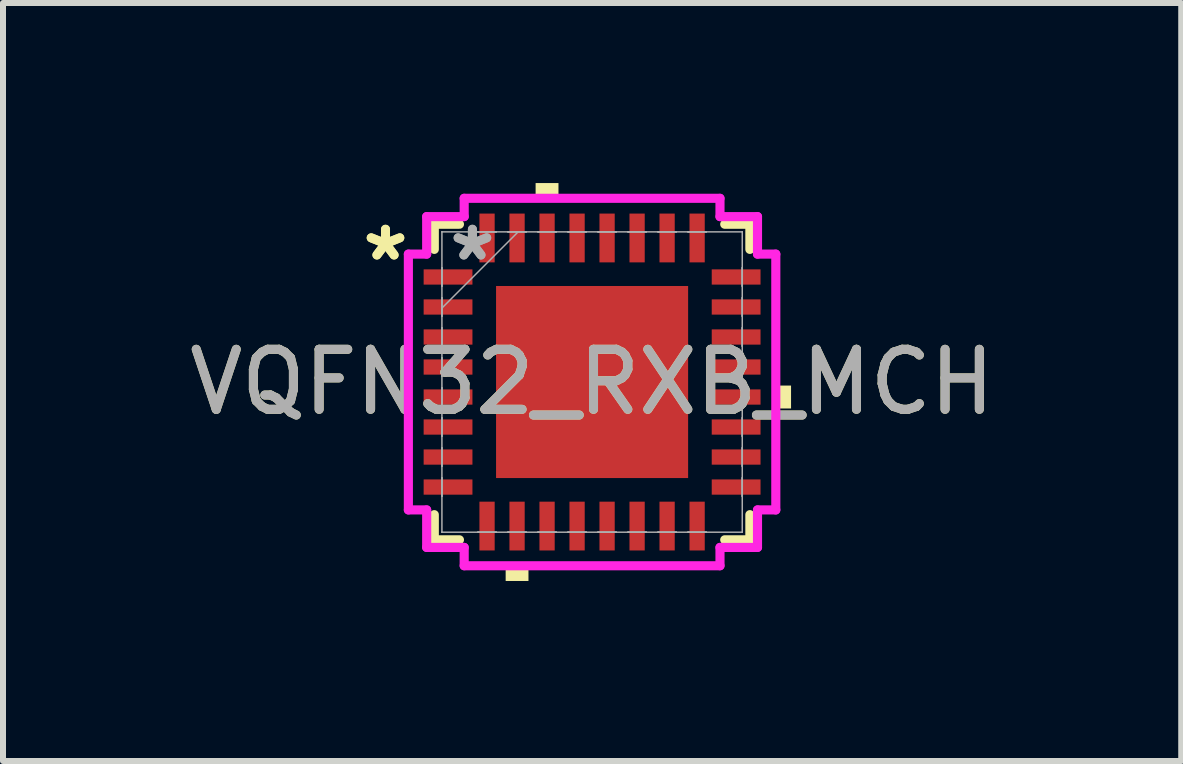
<source format=kicad_pcb>
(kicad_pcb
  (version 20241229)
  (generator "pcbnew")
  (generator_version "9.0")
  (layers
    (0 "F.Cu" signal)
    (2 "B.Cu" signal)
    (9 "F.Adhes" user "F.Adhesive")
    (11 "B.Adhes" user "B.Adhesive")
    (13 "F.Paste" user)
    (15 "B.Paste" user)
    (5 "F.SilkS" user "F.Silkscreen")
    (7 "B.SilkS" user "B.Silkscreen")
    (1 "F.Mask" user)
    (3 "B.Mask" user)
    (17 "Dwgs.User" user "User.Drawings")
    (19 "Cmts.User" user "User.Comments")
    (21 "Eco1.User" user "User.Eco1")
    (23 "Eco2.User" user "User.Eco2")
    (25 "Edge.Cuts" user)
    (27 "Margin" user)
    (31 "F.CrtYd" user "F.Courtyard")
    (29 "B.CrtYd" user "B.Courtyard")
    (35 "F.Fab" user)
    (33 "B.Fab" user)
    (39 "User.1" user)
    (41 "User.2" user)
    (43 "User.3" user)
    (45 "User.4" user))
  (footprint "VQFN32_RXB_MCH"
    (layer "F.Cu")
    (at 6.815 3.315)
    (property "Reference" "VQFN32_RXB_MCH" (at 0 0 0) (unlocked yes) (layer "F.SilkS") (effects (font (size 1 1) (thickness 0.15))))
    (attr smd)
    (fp_line (start -2.629 -2.629) (end -2.629 -2.21) (stroke (width 0.152) (type solid)) (layer "F.SilkS"))
    (fp_line (start -2.629 2.21) (end -2.629 2.629) (stroke (width 0.152) (type solid)) (layer "F.SilkS"))
    (fp_line (start -2.629 2.629) (end -2.21 2.629) (stroke (width 0.152) (type solid)) (layer "F.SilkS"))
    (fp_line (start -2.21 -2.629) (end -2.629 -2.629) (stroke (width 0.152) (type solid)) (layer "F.SilkS"))
    (fp_line (start 2.21 2.629) (end 2.629 2.629) (stroke (width 0.152) (type solid)) (layer "F.SilkS"))
    (fp_line (start 2.629 -2.629) (end 2.21 -2.629) (stroke (width 0.152) (type solid)) (layer "F.SilkS"))
    (fp_line (start 2.629 -2.21) (end 2.629 -2.629) (stroke (width 0.152) (type solid)) (layer "F.SilkS"))
    (fp_line (start 2.629 2.629) (end 2.629 2.21) (stroke (width 0.152) (type solid)) (layer "F.SilkS"))
    (fp_poly (pts (xy -1.44 3.061) (xy -1.44 3.315) (xy -1.06 3.315) (xy -1.06 3.061)) (stroke (width 0) (type solid)) (fill yes) (layer "F.SilkS"))
    (fp_poly (pts (xy -0.941 -3.061) (xy -0.941 -3.315) (xy -0.56 -3.315) (xy -0.56 -3.061)) (stroke (width 0) (type solid)) (fill yes) (layer "F.SilkS"))
    (fp_poly (pts (xy 3.315 0.059) (xy 3.315 0.441) (xy 3.061 0.441) (xy 3.061 0.059)) (stroke (width 0) (type solid)) (fill yes) (layer "F.SilkS"))
    (fp_poly (pts (xy -1.5 -1.5) (xy -1.5 -0.1) (xy -0.1 -0.1) (xy -0.1 -1.5)) (stroke (width 0) (type solid)) (fill yes) (layer "F.Paste"))
    (fp_poly (pts (xy -1.5 0.1) (xy -1.5 1.5) (xy -0.1 1.5) (xy -0.1 0.1)) (stroke (width 0) (type solid)) (fill yes) (layer "F.Paste"))
    (fp_poly (pts (xy 0.1 -1.5) (xy 0.1 -0.1) (xy 1.5 -0.1) (xy 1.5 -1.5)) (stroke (width 0) (type solid)) (fill yes) (layer "F.Paste"))
    (fp_poly (pts (xy 0.1 0.1) (xy 0.1 1.5) (xy 1.5 1.5) (xy 1.5 0.1)) (stroke (width 0) (type solid)) (fill yes) (layer "F.Paste"))
    (fp_line (start -3.061 -2.131) (end -2.756 -2.131) (stroke (width 0.152) (type solid)) (layer "F.CrtYd"))
    (fp_line (start -3.061 2.131) (end -3.061 -2.131) (stroke (width 0.152) (type solid)) (layer "F.CrtYd"))
    (fp_line (start -2.756 -2.756) (end -2.131 -2.756) (stroke (width 0.152) (type solid)) (layer "F.CrtYd"))
    (fp_line (start -2.756 -2.131) (end -2.756 -2.756) (stroke (width 0.152) (type solid)) (layer "F.CrtYd"))
    (fp_line (start -2.756 2.131) (end -3.061 2.131) (stroke (width 0.152) (type solid)) (layer "F.CrtYd"))
    (fp_line (start -2.756 2.756) (end -2.756 2.131) (stroke (width 0.152) (type solid)) (layer "F.CrtYd"))
    (fp_line (start -2.131 -3.061) (end 2.131 -3.061) (stroke (width 0.152) (type solid)) (layer "F.CrtYd"))
    (fp_line (start -2.131 -2.756) (end -2.131 -3.061) (stroke (width 0.152) (type solid)) (layer "F.CrtYd"))
    (fp_line (start -2.131 2.756) (end -2.756 2.756) (stroke (width 0.152) (type solid)) (layer "F.CrtYd"))
    (fp_line (start -2.131 3.061) (end -2.131 2.756) (stroke (width 0.152) (type solid)) (layer "F.CrtYd"))
    (fp_line (start 2.131 -3.061) (end 2.131 -2.756) (stroke (width 0.152) (type solid)) (layer "F.CrtYd"))
    (fp_line (start 2.131 -2.756) (end 2.756 -2.756) (stroke (width 0.152) (type solid)) (layer "F.CrtYd"))
    (fp_line (start 2.131 2.756) (end 2.131 3.061) (stroke (width 0.152) (type solid)) (layer "F.CrtYd"))
    (fp_line (start 2.131 3.061) (end -2.131 3.061) (stroke (width 0.152) (type solid)) (layer "F.CrtYd"))
    (fp_line (start 2.756 -2.756) (end 2.756 -2.131) (stroke (width 0.152) (type solid)) (layer "F.CrtYd"))
    (fp_line (start 2.756 -2.131) (end 3.061 -2.131) (stroke (width 0.152) (type solid)) (layer "F.CrtYd"))
    (fp_line (start 2.756 2.131) (end 2.756 2.756) (stroke (width 0.152) (type solid)) (layer "F.CrtYd"))
    (fp_line (start 2.756 2.756) (end 2.131 2.756) (stroke (width 0.152) (type solid)) (layer "F.CrtYd"))
    (fp_line (start 3.061 -2.131) (end 3.061 2.131) (stroke (width 0.152) (type solid)) (layer "F.CrtYd"))
    (fp_line (start 3.061 2.131) (end 2.756 2.131) (stroke (width 0.152) (type solid)) (layer "F.CrtYd"))
    (fp_line (start -2.502 -2.502) (end -2.502 -2.502) (stroke (width 0.025) (type solid)) (layer "F.Fab"))
    (fp_line (start -2.502 -2.502) (end -2.502 2.502) (stroke (width 0.025) (type solid)) (layer "F.Fab"))
    (fp_line (start -2.502 -1.902) (end -2.502 -1.902) (stroke (width 0.025) (type solid)) (layer "F.Fab"))
    (fp_line (start -2.502 -1.902) (end -2.502 -1.598) (stroke (width 0.025) (type solid)) (layer "F.Fab"))
    (fp_line (start -2.502 -1.598) (end -2.502 -1.902) (stroke (width 0.025) (type solid)) (layer "F.Fab"))
    (fp_line (start -2.502 -1.598) (end -2.502 -1.598) (stroke (width 0.025) (type solid)) (layer "F.Fab"))
    (fp_line (start -2.502 -1.402) (end -2.502 -1.402) (stroke (width 0.025) (type solid)) (layer "F.Fab"))
    (fp_line (start -2.502 -1.402) (end -2.502 -1.098) (stroke (width 0.025) (type solid)) (layer "F.Fab"))
    (fp_line (start -2.502 -1.232) (end -1.232 -2.502) (stroke (width 0.025) (type solid)) (layer "F.Fab"))
    (fp_line (start -2.502 -1.098) (end -2.502 -1.402) (stroke (width 0.025) (type solid)) (layer "F.Fab"))
    (fp_line (start -2.502 -1.098) (end -2.502 -1.098) (stroke (width 0.025) (type solid)) (layer "F.Fab"))
    (fp_line (start -2.502 -0.902) (end -2.502 -0.902) (stroke (width 0.025) (type solid)) (layer "F.Fab"))
    (fp_line (start -2.502 -0.902) (end -2.502 -0.598) (stroke (width 0.025) (type solid)) (layer "F.Fab"))
    (fp_line (start -2.502 -0.598) (end -2.502 -0.902) (stroke (width 0.025) (type solid)) (layer "F.Fab"))
    (fp_line (start -2.502 -0.598) (end -2.502 -0.598) (stroke (width 0.025) (type solid)) (layer "F.Fab"))
    (fp_line (start -2.502 -0.402) (end -2.502 -0.402) (stroke (width 0.025) (type solid)) (layer "F.Fab"))
    (fp_line (start -2.502 -0.402) (end -2.502 -0.098) (stroke (width 0.025) (type solid)) (layer "F.Fab"))
    (fp_line (start -2.502 -0.098) (end -2.502 -0.402) (stroke (width 0.025) (type solid)) (layer "F.Fab"))
    (fp_line (start -2.502 -0.098) (end -2.502 -0.098) (stroke (width 0.025) (type solid)) (layer "F.Fab"))
    (fp_line (start -2.502 0.098) (end -2.502 0.098) (stroke (width 0.025) (type solid)) (layer "F.Fab"))
    (fp_line (start -2.502 0.098) (end -2.502 0.402) (stroke (width 0.025) (type solid)) (layer "F.Fab"))
    (fp_line (start -2.502 0.402) (end -2.502 0.098) (stroke (width 0.025) (type solid)) (layer "F.Fab"))
    (fp_line (start -2.502 0.402) (end -2.502 0.402) (stroke (width 0.025) (type solid)) (layer "F.Fab"))
    (fp_line (start -2.502 0.598) (end -2.502 0.598) (stroke (width 0.025) (type solid)) (layer "F.Fab"))
    (fp_line (start -2.502 0.598) (end -2.502 0.902) (stroke (width 0.025) (type solid)) (layer "F.Fab"))
    (fp_line (start -2.502 0.902) (end -2.502 0.598) (stroke (width 0.025) (type solid)) (layer "F.Fab"))
    (fp_line (start -2.502 0.902) (end -2.502 0.902) (stroke (width 0.025) (type solid)) (layer "F.Fab"))
    (fp_line (start -2.502 1.098) (end -2.502 1.098) (stroke (width 0.025) (type solid)) (layer "F.Fab"))
    (fp_line (start -2.502 1.098) (end -2.502 1.402) (stroke (width 0.025) (type solid)) (layer "F.Fab"))
    (fp_line (start -2.502 1.402) (end -2.502 1.098) (stroke (width 0.025) (type solid)) (layer "F.Fab"))
    (fp_line (start -2.502 1.402) (end -2.502 1.402) (stroke (width 0.025) (type solid)) (layer "F.Fab"))
    (fp_line (start -2.502 1.598) (end -2.502 1.598) (stroke (width 0.025) (type solid)) (layer "F.Fab"))
    (fp_line (start -2.502 1.598) (end -2.502 1.902) (stroke (width 0.025) (type solid)) (layer "F.Fab"))
    (fp_line (start -2.502 1.902) (end -2.502 1.598) (stroke (width 0.025) (type solid)) (layer "F.Fab"))
    (fp_line (start -2.502 1.902) (end -2.502 1.902) (stroke (width 0.025) (type solid)) (layer "F.Fab"))
    (fp_line (start -2.502 2.502) (end -2.502 2.502) (stroke (width 0.025) (type solid)) (layer "F.Fab"))
    (fp_line (start -2.502 2.502) (end 2.502 2.502) (stroke (width 0.025) (type solid)) (layer "F.Fab"))
    (fp_line (start -1.902 -2.502) (end -1.902 -2.502) (stroke (width 0.025) (type solid)) (layer "F.Fab"))
    (fp_line (start -1.902 -2.502) (end -1.598 -2.502) (stroke (width 0.025) (type solid)) (layer "F.Fab"))
    (fp_line (start -1.902 2.502) (end -1.902 2.502) (stroke (width 0.025) (type solid)) (layer "F.Fab"))
    (fp_line (start -1.902 2.502) (end -1.598 2.502) (stroke (width 0.025) (type solid)) (layer "F.Fab"))
    (fp_line (start -1.598 -2.502) (end -1.902 -2.502) (stroke (width 0.025) (type solid)) (layer "F.Fab"))
    (fp_line (start -1.598 -2.502) (end -1.598 -2.502) (stroke (width 0.025) (type solid)) (layer "F.Fab"))
    (fp_line (start -1.598 2.502) (end -1.902 2.502) (stroke (width 0.025) (type solid)) (layer "F.Fab"))
    (fp_line (start -1.598 2.502) (end -1.598 2.502) (stroke (width 0.025) (type solid)) (layer "F.Fab"))
    (fp_line (start -1.402 -2.502) (end -1.402 -2.502) (stroke (width 0.025) (type solid)) (layer "F.Fab"))
    (fp_line (start -1.402 -2.502) (end -1.098 -2.502) (stroke (width 0.025) (type solid)) (layer "F.Fab"))
    (fp_line (start -1.402 2.502) (end -1.402 2.502) (stroke (width 0.025) (type solid)) (layer "F.Fab"))
    (fp_line (start -1.402 2.502) (end -1.098 2.502) (stroke (width 0.025) (type solid)) (layer "F.Fab"))
    (fp_line (start -1.098 -2.502) (end -1.402 -2.502) (stroke (width 0.025) (type solid)) (layer "F.Fab"))
    (fp_line (start -1.098 -2.502) (end -1.098 -2.502) (stroke (width 0.025) (type solid)) (layer "F.Fab"))
    (fp_line (start -1.098 2.502) (end -1.402 2.502) (stroke (width 0.025) (type solid)) (layer "F.Fab"))
    (fp_line (start -1.098 2.502) (end -1.098 2.502) (stroke (width 0.025) (type solid)) (layer "F.Fab"))
    (fp_line (start -0.902 -2.502) (end -0.902 -2.502) (stroke (width 0.025) (type solid)) (layer "F.Fab"))
    (fp_line (start -0.902 -2.502) (end -0.598 -2.502) (stroke (width 0.025) (type solid)) (layer "F.Fab"))
    (fp_line (start -0.902 2.502) (end -0.902 2.502) (stroke (width 0.025) (type solid)) (layer "F.Fab"))
    (fp_line (start -0.902 2.502) (end -0.598 2.502) (stroke (width 0.025) (type solid)) (layer "F.Fab"))
    (fp_line (start -0.598 -2.502) (end -0.902 -2.502) (stroke (width 0.025) (type solid)) (layer "F.Fab"))
    (fp_line (start -0.598 -2.502) (end -0.598 -2.502) (stroke (width 0.025) (type solid)) (layer "F.Fab"))
    (fp_line (start -0.598 2.502) (end -0.902 2.502) (stroke (width 0.025) (type solid)) (layer "F.Fab"))
    (fp_line (start -0.598 2.502) (end -0.598 2.502) (stroke (width 0.025) (type solid)) (layer "F.Fab"))
    (fp_line (start -0.402 -2.502) (end -0.402 -2.502) (stroke (width 0.025) (type solid)) (layer "F.Fab"))
    (fp_line (start -0.402 -2.502) (end -0.098 -2.502) (stroke (width 0.025) (type solid)) (layer "F.Fab"))
    (fp_line (start -0.402 2.502) (end -0.402 2.502) (stroke (width 0.025) (type solid)) (layer "F.Fab"))
    (fp_line (start -0.402 2.502) (end -0.098 2.502) (stroke (width 0.025) (type solid)) (layer "F.Fab"))
    (fp_line (start -0.098 -2.502) (end -0.402 -2.502) (stroke (width 0.025) (type solid)) (layer "F.Fab"))
    (fp_line (start -0.098 -2.502) (end -0.098 -2.502) (stroke (width 0.025) (type solid)) (layer "F.Fab"))
    (fp_line (start -0.098 2.502) (end -0.402 2.502) (stroke (width 0.025) (type solid)) (layer "F.Fab"))
    (fp_line (start -0.098 2.502) (end -0.098 2.502) (stroke (width 0.025) (type solid)) (layer "F.Fab"))
    (fp_line (start 0.098 -2.502) (end 0.098 -2.502) (stroke (width 0.025) (type solid)) (layer "F.Fab"))
    (fp_line (start 0.098 -2.502) (end 0.402 -2.502) (stroke (width 0.025) (type solid)) (layer "F.Fab"))
    (fp_line (start 0.098 2.502) (end 0.098 2.502) (stroke (width 0.025) (type solid)) (layer "F.Fab"))
    (fp_line (start 0.098 2.502) (end 0.402 2.502) (stroke (width 0.025) (type solid)) (layer "F.Fab"))
    (fp_line (start 0.402 -2.502) (end 0.098 -2.502) (stroke (width 0.025) (type solid)) (layer "F.Fab"))
    (fp_line (start 0.402 -2.502) (end 0.402 -2.502) (stroke (width 0.025) (type solid)) (layer "F.Fab"))
    (fp_line (start 0.402 2.502) (end 0.098 2.502) (stroke (width 0.025) (type solid)) (layer "F.Fab"))
    (fp_line (start 0.402 2.502) (end 0.402 2.502) (stroke (width 0.025) (type solid)) (layer "F.Fab"))
    (fp_line (start 0.598 -2.502) (end 0.598 -2.502) (stroke (width 0.025) (type solid)) (layer "F.Fab"))
    (fp_line (start 0.598 -2.502) (end 0.902 -2.502) (stroke (width 0.025) (type solid)) (layer "F.Fab"))
    (fp_line (start 0.598 2.502) (end 0.598 2.502) (stroke (width 0.025) (type solid)) (layer "F.Fab"))
    (fp_line (start 0.598 2.502) (end 0.902 2.502) (stroke (width 0.025) (type solid)) (layer "F.Fab"))
    (fp_line (start 0.902 -2.502) (end 0.598 -2.502) (stroke (width 0.025) (type solid)) (layer "F.Fab"))
    (fp_line (start 0.902 -2.502) (end 0.902 -2.502) (stroke (width 0.025) (type solid)) (layer "F.Fab"))
    (fp_line (start 0.902 2.502) (end 0.598 2.502) (stroke (width 0.025) (type solid)) (layer "F.Fab"))
    (fp_line (start 0.902 2.502) (end 0.902 2.502) (stroke (width 0.025) (type solid)) (layer "F.Fab"))
    (fp_line (start 1.098 -2.502) (end 1.098 -2.502) (stroke (width 0.025) (type solid)) (layer "F.Fab"))
    (fp_line (start 1.098 -2.502) (end 1.402 -2.502) (stroke (width 0.025) (type solid)) (layer "F.Fab"))
    (fp_line (start 1.098 2.502) (end 1.098 2.502) (stroke (width 0.025) (type solid)) (layer "F.Fab"))
    (fp_line (start 1.098 2.502) (end 1.402 2.502) (stroke (width 0.025) (type solid)) (layer "F.Fab"))
    (fp_line (start 1.402 -2.502) (end 1.098 -2.502) (stroke (width 0.025) (type solid)) (layer "F.Fab"))
    (fp_line (start 1.402 -2.502) (end 1.402 -2.502) (stroke (width 0.025) (type solid)) (layer "F.Fab"))
    (fp_line (start 1.402 2.502) (end 1.098 2.502) (stroke (width 0.025) (type solid)) (layer "F.Fab"))
    (fp_line (start 1.402 2.502) (end 1.402 2.502) (stroke (width 0.025) (type solid)) (layer "F.Fab"))
    (fp_line (start 1.598 -2.502) (end 1.598 -2.502) (stroke (width 0.025) (type solid)) (layer "F.Fab"))
    (fp_line (start 1.598 -2.502) (end 1.902 -2.502) (stroke (width 0.025) (type solid)) (layer "F.Fab"))
    (fp_line (start 1.598 2.502) (end 1.598 2.502) (stroke (width 0.025) (type solid)) (layer "F.Fab"))
    (fp_line (start 1.598 2.502) (end 1.902 2.502) (stroke (width 0.025) (type solid)) (layer "F.Fab"))
    (fp_line (start 1.902 -2.502) (end 1.598 -2.502) (stroke (width 0.025) (type solid)) (layer "F.Fab"))
    (fp_line (start 1.902 -2.502) (end 1.902 -2.502) (stroke (width 0.025) (type solid)) (layer "F.Fab"))
    (fp_line (start 1.902 2.502) (end 1.598 2.502) (stroke (width 0.025) (type solid)) (layer "F.Fab"))
    (fp_line (start 1.902 2.502) (end 1.902 2.502) (stroke (width 0.025) (type solid)) (layer "F.Fab"))
    (fp_line (start 2.502 -2.502) (end -2.502 -2.502) (stroke (width 0.025) (type solid)) (layer "F.Fab"))
    (fp_line (start 2.502 -2.502) (end 2.502 -2.502) (stroke (width 0.025) (type solid)) (layer "F.Fab"))
    (fp_line (start 2.502 -1.902) (end 2.502 -1.902) (stroke (width 0.025) (type solid)) (layer "F.Fab"))
    (fp_line (start 2.502 -1.902) (end 2.502 -1.598) (stroke (width 0.025) (type solid)) (layer "F.Fab"))
    (fp_line (start 2.502 -1.598) (end 2.502 -1.902) (stroke (width 0.025) (type solid)) (layer "F.Fab"))
    (fp_line (start 2.502 -1.598) (end 2.502 -1.598) (stroke (width 0.025) (type solid)) (layer "F.Fab"))
    (fp_line (start 2.502 -1.402) (end 2.502 -1.402) (stroke (width 0.025) (type solid)) (layer "F.Fab"))
    (fp_line (start 2.502 -1.402) (end 2.502 -1.098) (stroke (width 0.025) (type solid)) (layer "F.Fab"))
    (fp_line (start 2.502 -1.098) (end 2.502 -1.402) (stroke (width 0.025) (type solid)) (layer "F.Fab"))
    (fp_line (start 2.502 -1.098) (end 2.502 -1.098) (stroke (width 0.025) (type solid)) (layer "F.Fab"))
    (fp_line (start 2.502 -0.902) (end 2.502 -0.902) (stroke (width 0.025) (type solid)) (layer "F.Fab"))
    (fp_line (start 2.502 -0.902) (end 2.502 -0.598) (stroke (width 0.025) (type solid)) (layer "F.Fab"))
    (fp_line (start 2.502 -0.598) (end 2.502 -0.902) (stroke (width 0.025) (type solid)) (layer "F.Fab"))
    (fp_line (start 2.502 -0.598) (end 2.502 -0.598) (stroke (width 0.025) (type solid)) (layer "F.Fab"))
    (fp_line (start 2.502 -0.402) (end 2.502 -0.402) (stroke (width 0.025) (type solid)) (layer "F.Fab"))
    (fp_line (start 2.502 -0.402) (end 2.502 -0.098) (stroke (width 0.025) (type solid)) (layer "F.Fab"))
    (fp_line (start 2.502 -0.098) (end 2.502 -0.402) (stroke (width 0.025) (type solid)) (layer "F.Fab"))
    (fp_line (start 2.502 -0.098) (end 2.502 -0.098) (stroke (width 0.025) (type solid)) (layer "F.Fab"))
    (fp_line (start 2.502 0.098) (end 2.502 0.098) (stroke (width 0.025) (type solid)) (layer "F.Fab"))
    (fp_line (start 2.502 0.098) (end 2.502 0.402) (stroke (width 0.025) (type solid)) (layer "F.Fab"))
    (fp_line (start 2.502 0.402) (end 2.502 0.098) (stroke (width 0.025) (type solid)) (layer "F.Fab"))
    (fp_line (start 2.502 0.402) (end 2.502 0.402) (stroke (width 0.025) (type solid)) (layer "F.Fab"))
    (fp_line (start 2.502 0.598) (end 2.502 0.598) (stroke (width 0.025) (type solid)) (layer "F.Fab"))
    (fp_line (start 2.502 0.598) (end 2.502 0.902) (stroke (width 0.025) (type solid)) (layer "F.Fab"))
    (fp_line (start 2.502 0.902) (end 2.502 0.598) (stroke (width 0.025) (type solid)) (layer "F.Fab"))
    (fp_line (start 2.502 0.902) (end 2.502 0.902) (stroke (width 0.025) (type solid)) (layer "F.Fab"))
    (fp_line (start 2.502 1.098) (end 2.502 1.098) (stroke (width 0.025) (type solid)) (layer "F.Fab"))
    (fp_line (start 2.502 1.098) (end 2.502 1.402) (stroke (width 0.025) (type solid)) (layer "F.Fab"))
    (fp_line (start 2.502 1.402) (end 2.502 1.098) (stroke (width 0.025) (type solid)) (layer "F.Fab"))
    (fp_line (start 2.502 1.402) (end 2.502 1.402) (stroke (width 0.025) (type solid)) (layer "F.Fab"))
    (fp_line (start 2.502 1.598) (end 2.502 1.598) (stroke (width 0.025) (type solid)) (layer "F.Fab"))
    (fp_line (start 2.502 1.598) (end 2.502 1.902) (stroke (width 0.025) (type solid)) (layer "F.Fab"))
    (fp_line (start 2.502 1.902) (end 2.502 1.598) (stroke (width 0.025) (type solid)) (layer "F.Fab"))
    (fp_line (start 2.502 1.902) (end 2.502 1.902) (stroke (width 0.025) (type solid)) (layer "F.Fab"))
    (fp_line (start 2.502 2.502) (end 2.502 -2.502) (stroke (width 0.025) (type solid)) (layer "F.Fab"))
    (fp_line (start 2.502 2.502) (end 2.502 2.502) (stroke (width 0.025) (type solid)) (layer "F.Fab"))
    (fp_text user "*" (at -3.442 -2 0) (layer "F.SilkS") (effects (font (size 1 1) (thickness 0.15))))
    (fp_text user "*" (at -3.442 -2 0) (unlocked yes) (layer "F.SilkS") (effects (font (size 1 1) (thickness 0.15))))
    (fp_text user "${REFERENCE}" (at 0 0 0) (unlocked yes) (layer "F.Fab") (effects (font (size 1 1) (thickness 0.15))))
    (fp_text user "*" (at -1.994 -2 0) (layer "F.Fab") (effects (font (size 1 1) (thickness 0.15))))
    (fp_text user "*" (at -1.994 -2 0) (unlocked yes) (layer "F.Fab") (effects (font (size 1 1) (thickness 0.15))))
    (pad "1" smd rect (at -2.4 -1.75 90) (size 0.254 0.813) (layers "F.Cu" "F.Mask" "F.Paste"))
    (pad "2" smd rect (at -2.4 -1.25 90) (size 0.254 0.813) (layers "F.Cu" "F.Mask" "F.Paste"))
    (pad "3" smd rect (at -2.4 -0.75 90) (size 0.254 0.813) (layers "F.Cu" "F.Mask" "F.Paste"))
    (pad "4" smd rect (at -2.4 -0.25 90) (size 0.254 0.813) (layers "F.Cu" "F.Mask" "F.Paste"))
    (pad "5" smd rect (at -2.4 0.25 90) (size 0.254 0.813) (layers "F.Cu" "F.Mask" "F.Paste"))
    (pad "6" smd rect (at -2.4 0.75 90) (size 0.254 0.813) (layers "F.Cu" "F.Mask" "F.Paste"))
    (pad "7" smd rect (at -2.4 1.25 90) (size 0.254 0.813) (layers "F.Cu" "F.Mask" "F.Paste"))
    (pad "8" smd rect (at -2.4 1.75 90) (size 0.254 0.813) (layers "F.Cu" "F.Mask" "F.Paste"))
    (pad "9" smd rect (at -1.75 2.4) (size 0.254 0.813) (layers "F.Cu" "F.Mask" "F.Paste"))
    (pad "10" smd rect (at -1.25 2.4) (size 0.254 0.813) (layers "F.Cu" "F.Mask" "F.Paste"))
    (pad "11" smd rect (at -0.75 2.4) (size 0.254 0.813) (layers "F.Cu" "F.Mask" "F.Paste"))
    (pad "12" smd rect (at -0.25 2.4) (size 0.254 0.813) (layers "F.Cu" "F.Mask" "F.Paste"))
    (pad "13" smd rect (at 0.25 2.4) (size 0.254 0.813) (layers "F.Cu" "F.Mask" "F.Paste"))
    (pad "14" smd rect (at 0.75 2.4) (size 0.254 0.813) (layers "F.Cu" "F.Mask" "F.Paste"))
    (pad "15" smd rect (at 1.25 2.4) (size 0.254 0.813) (layers "F.Cu" "F.Mask" "F.Paste"))
    (pad "16" smd rect (at 1.75 2.4) (size 0.254 0.813) (layers "F.Cu" "F.Mask" "F.Paste"))
    (pad "17" smd rect (at 2.4 1.75 90) (size 0.254 0.813) (layers "F.Cu" "F.Mask" "F.Paste"))
    (pad "18" smd rect (at 2.4 1.25 90) (size 0.254 0.813) (layers "F.Cu" "F.Mask" "F.Paste"))
    (pad "19" smd rect (at 2.4 0.75 90) (size 0.254 0.813) (layers "F.Cu" "F.Mask" "F.Paste"))
    (pad "20" smd rect (at 2.4 0.25 90) (size 0.254 0.813) (layers "F.Cu" "F.Mask" "F.Paste"))
    (pad "21" smd rect (at 2.4 -0.25 90) (size 0.254 0.813) (layers "F.Cu" "F.Mask" "F.Paste"))
    (pad "22" smd rect (at 2.4 -0.75 90) (size 0.254 0.813) (layers "F.Cu" "F.Mask" "F.Paste"))
    (pad "23" smd rect (at 2.4 -1.25 90) (size 0.254 0.813) (layers "F.Cu" "F.Mask" "F.Paste"))
    (pad "24" smd rect (at 2.4 -1.75 90) (size 0.254 0.813) (layers "F.Cu" "F.Mask" "F.Paste"))
    (pad "25" smd rect (at 1.75 -2.4) (size 0.254 0.813) (layers "F.Cu" "F.Mask" "F.Paste"))
    (pad "26" smd rect (at 1.25 -2.4) (size 0.254 0.813) (layers "F.Cu" "F.Mask" "F.Paste"))
    (pad "27" smd rect (at 0.75 -2.4) (size 0.254 0.813) (layers "F.Cu" "F.Mask" "F.Paste"))
    (pad "28" smd rect (at 0.25 -2.4) (size 0.254 0.813) (layers "F.Cu" "F.Mask" "F.Paste"))
    (pad "29" smd rect (at -0.25 -2.4) (size 0.254 0.813) (layers "F.Cu" "F.Mask" "F.Paste"))
    (pad "30" smd rect (at -0.75 -2.4) (size 0.254 0.813) (layers "F.Cu" "F.Mask" "F.Paste"))
    (pad "31" smd rect (at -1.25 -2.4) (size 0.254 0.813) (layers "F.Cu" "F.Mask" "F.Paste"))
    (pad "32" smd rect (at -1.75 -2.4) (size 0.254 0.813) (layers "F.Cu" "F.Mask" "F.Paste"))
    (pad "33" smd rect (at 0 0) (size 3.2 3.2) (layers "F.Cu" "F.Mask")))
  (gr_rect
    (start -3 -3)
    (end 16.631 9.629)
    (stroke (width 0.1) (type default))
    (fill no)
    (layer "Edge.Cuts")))
</source>
